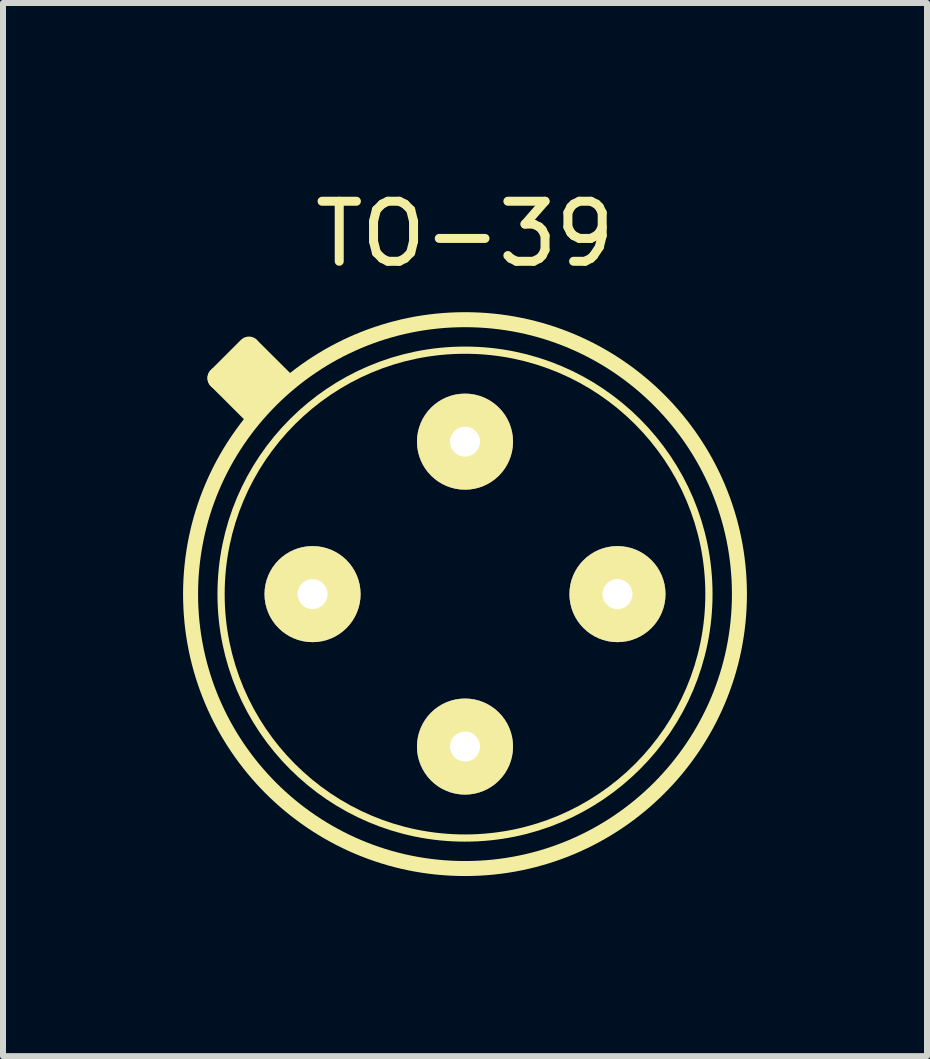
<source format=kicad_pcb>
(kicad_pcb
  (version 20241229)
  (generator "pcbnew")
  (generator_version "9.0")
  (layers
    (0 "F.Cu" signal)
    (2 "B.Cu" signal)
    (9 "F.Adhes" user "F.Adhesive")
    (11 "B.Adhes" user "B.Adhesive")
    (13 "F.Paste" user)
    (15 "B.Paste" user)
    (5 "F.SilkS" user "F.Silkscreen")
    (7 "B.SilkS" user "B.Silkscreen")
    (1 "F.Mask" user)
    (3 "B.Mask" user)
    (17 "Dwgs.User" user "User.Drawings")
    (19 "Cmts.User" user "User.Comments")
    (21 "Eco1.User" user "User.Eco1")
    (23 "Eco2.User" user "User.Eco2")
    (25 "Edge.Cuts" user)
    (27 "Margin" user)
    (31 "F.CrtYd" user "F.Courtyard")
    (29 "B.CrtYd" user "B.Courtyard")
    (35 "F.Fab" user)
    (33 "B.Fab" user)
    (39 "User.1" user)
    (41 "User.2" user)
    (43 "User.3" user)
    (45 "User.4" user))
  (footprint "TO-39"
    (layer "F.Cu")
    (at 4.697 6.848)
    (property "Reference" "TO-39" (at 0 -6 0) (layer "F.SilkS") (effects (font (size 1 1) (thickness 0.15))))
    (attr through_hole)
    (fp_line (start -4.1 -3.599) (end -3.599 -4.1) (stroke (width 0.381) (type solid)) (layer "F.SilkS"))
    (fp_line (start -4.1 -3.599) (end -3.55 -3.05) (stroke (width 0.381) (type solid)) (layer "F.SilkS"))
    (fp_line (start -3.899 -3.749) (end -3.35 -3.251) (stroke (width 0.381) (type solid)) (layer "F.SilkS"))
    (fp_line (start -3.701 -3.851) (end -3.251 -3.5) (stroke (width 0.381) (type solid)) (layer "F.SilkS"))
    (fp_line (start -3.551 -4.049) (end -3.04 -3.54) (stroke (width 0.381) (type solid)) (layer "F.SilkS"))
    (fp_circle (center 0 0) (end 4.064 0) (stroke (width 0.12) (type solid)) (fill no) (layer "F.SilkS"))
    (fp_circle (center 0 0) (end 4.572 0) (stroke (width 0.25) (type solid)) (fill no) (layer "F.SilkS"))
    (pad "1" thru_hole circle (at -2.54 0) (size 1.6 1.6) (drill 0.5) (layers "*.Cu" "*.Mask" "F.SilkS"))
    (pad "2" thru_hole circle (at 0 2.54) (size 1.6 1.6) (drill 0.5) (layers "*.Cu" "*.Mask" "F.SilkS"))
    (pad "3" thru_hole circle (at 2.54 0) (size 1.6 1.6) (drill 0.5) (layers "*.Cu" "*.Mask" "F.SilkS"))
    (pad "4" thru_hole circle (at 0 -2.54) (size 1.6 1.6) (drill 0.5) (layers "*.Cu" "*.Mask" "F.SilkS")))
  (gr_rect
    (start -3 -3)
    (end 12.394 14.545)
    (stroke (width 0.1) (type default))
    (fill no)
    (layer "Edge.Cuts")))
</source>
